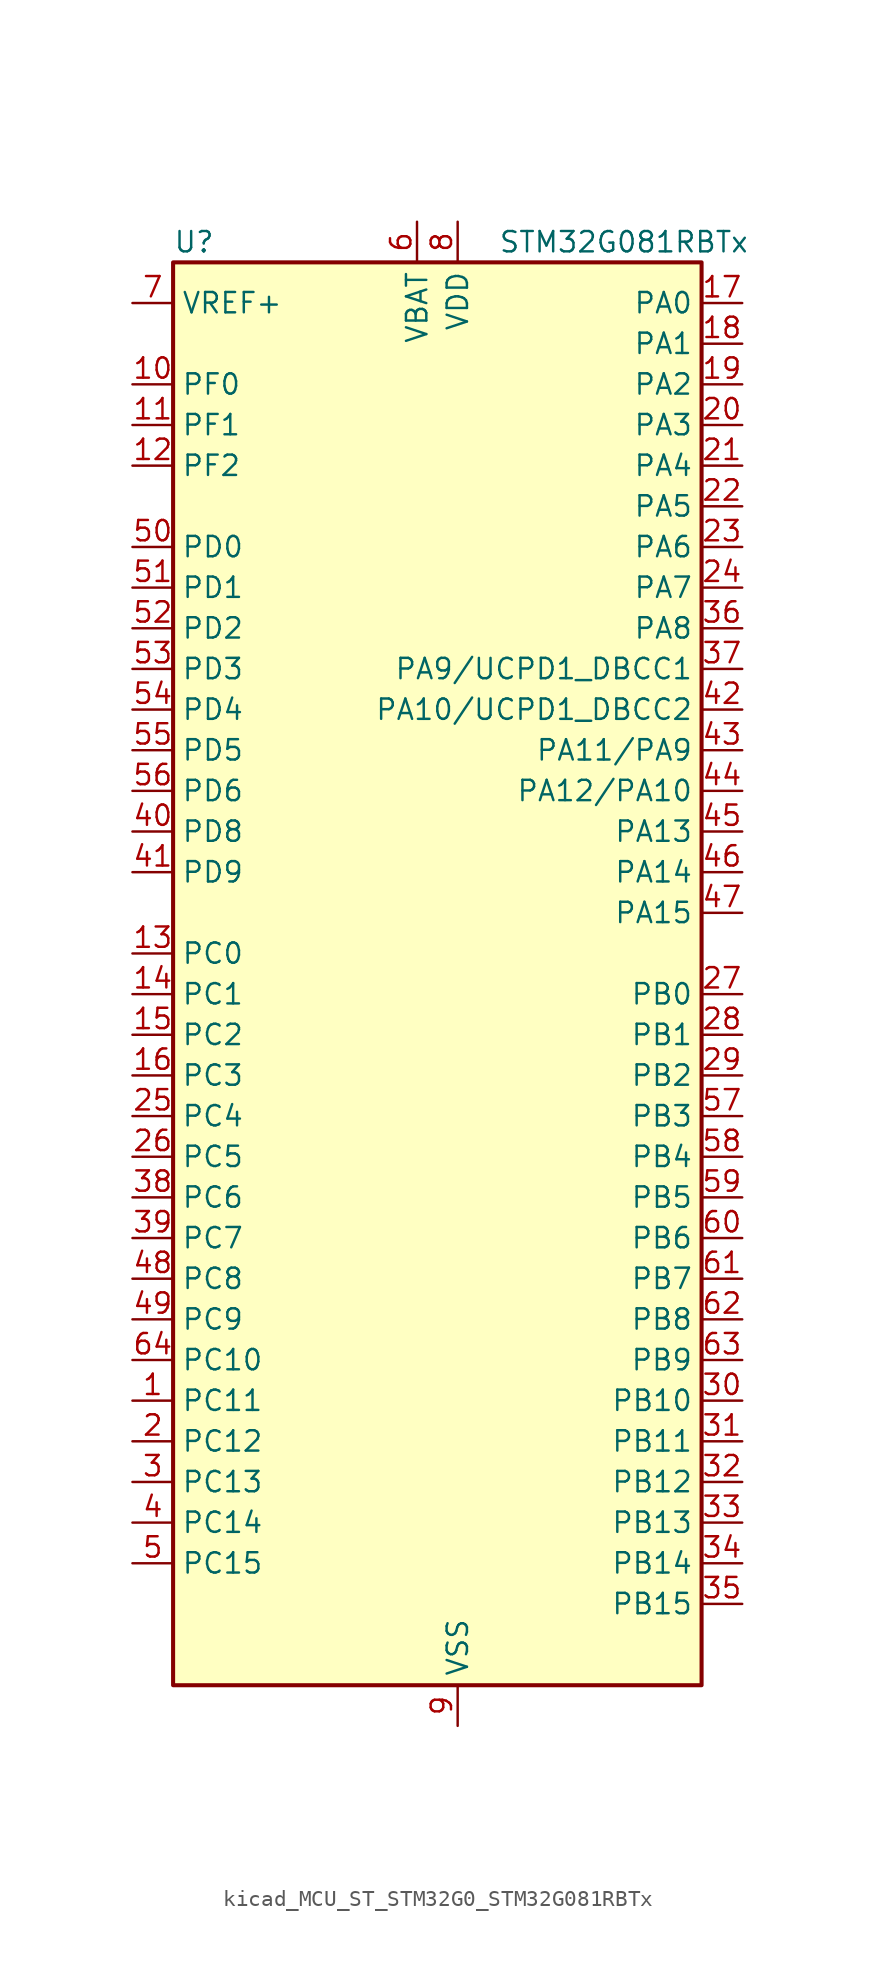
<source format=kicad_sym>
(kicad_symbol_lib
  (version 20220914)
  (generator kicad_symbol_editor)
  (symbol "kicad_MCU_ST_STM32G0_STM32G081RBTx"
    (property "Reference" "U"
      (at -15.24 46.99 0)
      (effects (font (size 1.27 1.27)) (justify left)))
    (property "Value" "STM32G081RBTx"
      (at 5.08 46.99 0)
      (effects (font (size 1.27 1.27)) (justify left)))
    (property "ki_locked" ""
      (at 0 0 0)
      (effects (font (size 1.27 1.27))))
    (symbol "kicad_MCU_ST_STM32G0_STM32G081RBTx_0_1"
      (rectangle (start -15.24 -43.18) (end 17.78 45.72) (stroke (width 0.254) (type default)) (fill (type background))))
    (symbol "kicad_MCU_ST_STM32G0_STM32G081RBTx_1_1"
      (pin bidirectional line (at -17.78 -25.4 0) (length 2.54) (name "PC11" (effects (font (size 1.27 1.27)))) (number "1" (effects (font (size 1.27 1.27)))) (alternate "ADC1_EXTI11" bidirectional line) (alternate "TIM1_CH4" bidirectional line) (alternate "USART3_RX" bidirectional line) (alternate "USART4_RX" bidirectional line))
      (pin bidirectional line (at -17.78 38.1 0) (length 2.54) (name "PF0" (effects (font (size 1.27 1.27)))) (number "10" (effects (font (size 1.27 1.27)))) (alternate "RCC_OSC_IN" bidirectional line) (alternate "TIM14_CH1" bidirectional line))
      (pin bidirectional line (at -17.78 35.56 0) (length 2.54) (name "PF1" (effects (font (size 1.27 1.27)))) (number "11" (effects (font (size 1.27 1.27)))) (alternate "RCC_OSC_EN" bidirectional line) (alternate "RCC_OSC_OUT" bidirectional line) (alternate "TIM15_CH1N" bidirectional line))
      (pin bidirectional line (at -17.78 33.02 0) (length 2.54) (name "PF2" (effects (font (size 1.27 1.27)))) (number "12" (effects (font (size 1.27 1.27)))) (alternate "RCC_MCO" bidirectional line))
      (pin bidirectional line (at -17.78 2.54 0) (length 2.54) (name "PC0" (effects (font (size 1.27 1.27)))) (number "13" (effects (font (size 1.27 1.27)))) (alternate "LPTIM1_IN1" bidirectional line) (alternate "LPTIM2_IN1" bidirectional line) (alternate "LPUART1_RX" bidirectional line))
      (pin bidirectional line (at -17.78 0 0) (length 2.54) (name "PC1" (effects (font (size 1.27 1.27)))) (number "14" (effects (font (size 1.27 1.27)))) (alternate "LPTIM1_OUT" bidirectional line) (alternate "LPUART1_TX" bidirectional line) (alternate "TIM15_CH1" bidirectional line))
      (pin bidirectional line (at -17.78 -2.54 0) (length 2.54) (name "PC2" (effects (font (size 1.27 1.27)))) (number "15" (effects (font (size 1.27 1.27)))) (alternate "LPTIM1_IN2" bidirectional line) (alternate "SPI2_MISO" bidirectional line) (alternate "TIM15_CH2" bidirectional line))
      (pin bidirectional line (at -17.78 -5.08 0) (length 2.54) (name "PC3" (effects (font (size 1.27 1.27)))) (number "16" (effects (font (size 1.27 1.27)))) (alternate "LPTIM1_ETR" bidirectional line) (alternate "LPTIM2_ETR" bidirectional line) (alternate "SPI2_MOSI" bidirectional line))
      (pin bidirectional line (at 20.32 43.18 180) (length 2.54) (name "PA0" (effects (font (size 1.27 1.27)))) (number "17" (effects (font (size 1.27 1.27)))) (alternate "ADC1_IN0" bidirectional line) (alternate "COMP1_INM" bidirectional line) (alternate "COMP1_OUT" bidirectional line) (alternate "LPTIM1_OUT" bidirectional line) (alternate "RTC_TAMP_IN2" bidirectional line) (alternate "SPI2_SCK" bidirectional line) (alternate "SYS_WKUP1" bidirectional line) (alternate "TIM2_CH1" bidirectional line) (alternate "TIM2_ETR" bidirectional line) (alternate "UCPD2_FRSTX1" bidirectional line) (alternate "UCPD2_FRSTX2" bidirectional line) (alternate "USART2_CTS" bidirectional line) (alternate "USART2_NSS" bidirectional line) (alternate "USART4_TX" bidirectional line))
      (pin bidirectional line (at 20.32 40.64 180) (length 2.54) (name "PA1" (effects (font (size 1.27 1.27)))) (number "18" (effects (font (size 1.27 1.27)))) (alternate "ADC1_IN1" bidirectional line) (alternate "COMP1_INP" bidirectional line) (alternate "I2C1_SMBA" bidirectional line) (alternate "I2S1_CK" bidirectional line) (alternate "SPI1_SCK" bidirectional line) (alternate "TIM15_CH1N" bidirectional line) (alternate "TIM2_CH2" bidirectional line) (alternate "USART2_CK" bidirectional line) (alternate "USART2_DE" bidirectional line) (alternate "USART2_RTS" bidirectional line) (alternate "USART4_RX" bidirectional line))
      (pin bidirectional line (at 20.32 38.1 180) (length 2.54) (name "PA2" (effects (font (size 1.27 1.27)))) (number "19" (effects (font (size 1.27 1.27)))) (alternate "ADC1_IN2" bidirectional line) (alternate "COMP2_INM" bidirectional line) (alternate "COMP2_OUT" bidirectional line) (alternate "I2S1_SD" bidirectional line) (alternate "LPUART1_TX" bidirectional line) (alternate "RCC_LSCO" bidirectional line) (alternate "SPI1_MOSI" bidirectional line) (alternate "SYS_WKUP4" bidirectional line) (alternate "TIM15_CH1" bidirectional line) (alternate "TIM2_CH3" bidirectional line) (alternate "UCPD1_FRSTX1" bidirectional line) (alternate "UCPD1_FRSTX2" bidirectional line) (alternate "USART2_TX" bidirectional line))
      (pin bidirectional line (at -17.78 -27.94 0) (length 2.54) (name "PC12" (effects (font (size 1.27 1.27)))) (number "2" (effects (font (size 1.27 1.27)))) (alternate "LPTIM1_IN1" bidirectional line) (alternate "TIM14_CH1" bidirectional line) (alternate "UCPD1_FRSTX1" bidirectional line) (alternate "UCPD1_FRSTX2" bidirectional line))
      (pin bidirectional line (at 20.32 35.56 180) (length 2.54) (name "PA3" (effects (font (size 1.27 1.27)))) (number "20" (effects (font (size 1.27 1.27)))) (alternate "ADC1_IN3" bidirectional line) (alternate "COMP2_INP" bidirectional line) (alternate "LPUART1_RX" bidirectional line) (alternate "SPI2_MISO" bidirectional line) (alternate "TIM15_CH2" bidirectional line) (alternate "TIM2_CH4" bidirectional line) (alternate "UCPD2_FRSTX1" bidirectional line) (alternate "UCPD2_FRSTX2" bidirectional line) (alternate "USART2_RX" bidirectional line))
      (pin bidirectional line (at 20.32 33.02 180) (length 2.54) (name "PA4" (effects (font (size 1.27 1.27)))) (number "21" (effects (font (size 1.27 1.27)))) (alternate "ADC1_IN4" bidirectional line) (alternate "DAC1_OUT1" bidirectional line) (alternate "I2S1_WS" bidirectional line) (alternate "LPTIM2_OUT" bidirectional line) (alternate "RTC_OUT_ALARM" bidirectional line) (alternate "RTC_OUT_CALIB" bidirectional line) (alternate "SPI1_NSS" bidirectional line) (alternate "SPI2_MOSI" bidirectional line) (alternate "TIM14_CH1" bidirectional line) (alternate "UCPD2_FRSTX1" bidirectional line) (alternate "UCPD2_FRSTX2" bidirectional line))
      (pin bidirectional line (at 20.32 30.48 180) (length 2.54) (name "PA5" (effects (font (size 1.27 1.27)))) (number "22" (effects (font (size 1.27 1.27)))) (alternate "ADC1_IN5" bidirectional line) (alternate "CEC" bidirectional line) (alternate "DAC1_OUT2" bidirectional line) (alternate "I2S1_CK" bidirectional line) (alternate "LPTIM2_ETR" bidirectional line) (alternate "SPI1_SCK" bidirectional line) (alternate "TIM2_CH1" bidirectional line) (alternate "TIM2_ETR" bidirectional line) (alternate "UCPD1_FRSTX1" bidirectional line) (alternate "UCPD1_FRSTX2" bidirectional line) (alternate "USART3_TX" bidirectional line))
      (pin bidirectional line (at 20.32 27.94 180) (length 2.54) (name "PA6" (effects (font (size 1.27 1.27)))) (number "23" (effects (font (size 1.27 1.27)))) (alternate "ADC1_IN6" bidirectional line) (alternate "COMP1_OUT" bidirectional line) (alternate "I2S1_MCK" bidirectional line) (alternate "LPUART1_CTS" bidirectional line) (alternate "SPI1_MISO" bidirectional line) (alternate "TIM16_CH1" bidirectional line) (alternate "TIM1_BK" bidirectional line) (alternate "TIM3_CH1" bidirectional line) (alternate "USART3_CTS" bidirectional line) (alternate "USART3_NSS" bidirectional line))
      (pin bidirectional line (at 20.32 25.4 180) (length 2.54) (name "PA7" (effects (font (size 1.27 1.27)))) (number "24" (effects (font (size 1.27 1.27)))) (alternate "ADC1_IN7" bidirectional line) (alternate "COMP2_OUT" bidirectional line) (alternate "I2S1_SD" bidirectional line) (alternate "SPI1_MOSI" bidirectional line) (alternate "TIM14_CH1" bidirectional line) (alternate "TIM17_CH1" bidirectional line) (alternate "TIM1_CH1N" bidirectional line) (alternate "TIM3_CH2" bidirectional line) (alternate "UCPD1_FRSTX1" bidirectional line) (alternate "UCPD1_FRSTX2" bidirectional line))
      (pin bidirectional line (at -17.78 -7.62 0) (length 2.54) (name "PC4" (effects (font (size 1.27 1.27)))) (number "25" (effects (font (size 1.27 1.27)))) (alternate "ADC1_IN17" bidirectional line) (alternate "COMP1_INM" bidirectional line) (alternate "TIM2_CH1" bidirectional line) (alternate "TIM2_ETR" bidirectional line) (alternate "USART1_TX" bidirectional line) (alternate "USART3_TX" bidirectional line))
      (pin bidirectional line (at -17.78 -10.16 0) (length 2.54) (name "PC5" (effects (font (size 1.27 1.27)))) (number "26" (effects (font (size 1.27 1.27)))) (alternate "ADC1_IN18" bidirectional line) (alternate "COMP1_INP" bidirectional line) (alternate "SYS_WKUP5" bidirectional line) (alternate "TIM2_CH2" bidirectional line) (alternate "USART1_RX" bidirectional line) (alternate "USART3_RX" bidirectional line))
      (pin bidirectional line (at 20.32 0 180) (length 2.54) (name "PB0" (effects (font (size 1.27 1.27)))) (number "27" (effects (font (size 1.27 1.27)))) (alternate "ADC1_IN8" bidirectional line) (alternate "COMP1_OUT" bidirectional line) (alternate "I2S1_WS" bidirectional line) (alternate "LPTIM1_OUT" bidirectional line) (alternate "SPI1_NSS" bidirectional line) (alternate "TIM1_CH2N" bidirectional line) (alternate "TIM3_CH3" bidirectional line) (alternate "UCPD1_FRSTX1" bidirectional line) (alternate "UCPD1_FRSTX2" bidirectional line) (alternate "USART3_RX" bidirectional line))
      (pin bidirectional line (at 20.32 -2.54 180) (length 2.54) (name "PB1" (effects (font (size 1.27 1.27)))) (number "28" (effects (font (size 1.27 1.27)))) (alternate "ADC1_IN9" bidirectional line) (alternate "COMP1_INM" bidirectional line) (alternate "LPTIM2_IN1" bidirectional line) (alternate "LPUART1_DE" bidirectional line) (alternate "LPUART1_RTS" bidirectional line) (alternate "TIM14_CH1" bidirectional line) (alternate "TIM1_CH3N" bidirectional line) (alternate "TIM3_CH4" bidirectional line) (alternate "USART3_CK" bidirectional line) (alternate "USART3_DE" bidirectional line) (alternate "USART3_RTS" bidirectional line))
      (pin bidirectional line (at 20.32 -5.08 180) (length 2.54) (name "PB2" (effects (font (size 1.27 1.27)))) (number "29" (effects (font (size 1.27 1.27)))) (alternate "ADC1_IN10" bidirectional line) (alternate "COMP1_INP" bidirectional line) (alternate "LPTIM1_OUT" bidirectional line) (alternate "SPI2_MISO" bidirectional line) (alternate "USART3_TX" bidirectional line))
      (pin bidirectional line (at -17.78 -30.48 0) (length 2.54) (name "PC13" (effects (font (size 1.27 1.27)))) (number "3" (effects (font (size 1.27 1.27)))) (alternate "RTC_OUT_ALARM" bidirectional line) (alternate "RTC_OUT_CALIB" bidirectional line) (alternate "RTC_TAMP_IN1" bidirectional line) (alternate "RTC_TS" bidirectional line) (alternate "SYS_WKUP2" bidirectional line) (alternate "TIM1_BK" bidirectional line))
      (pin bidirectional line (at 20.32 -25.4 180) (length 2.54) (name "PB10" (effects (font (size 1.27 1.27)))) (number "30" (effects (font (size 1.27 1.27)))) (alternate "ADC1_IN11" bidirectional line) (alternate "CEC" bidirectional line) (alternate "COMP1_OUT" bidirectional line) (alternate "I2C2_SCL" bidirectional line) (alternate "LPUART1_RX" bidirectional line) (alternate "SPI2_SCK" bidirectional line) (alternate "TIM2_CH3" bidirectional line) (alternate "USART3_TX" bidirectional line))
      (pin bidirectional line (at 20.32 -27.94 180) (length 2.54) (name "PB11" (effects (font (size 1.27 1.27)))) (number "31" (effects (font (size 1.27 1.27)))) (alternate "ADC1_EXTI11" bidirectional line) (alternate "ADC1_IN15" bidirectional line) (alternate "COMP2_OUT" bidirectional line) (alternate "I2C2_SDA" bidirectional line) (alternate "LPUART1_TX" bidirectional line) (alternate "SPI2_MOSI" bidirectional line) (alternate "TIM2_CH4" bidirectional line) (alternate "USART3_RX" bidirectional line))
      (pin bidirectional line (at 20.32 -30.48 180) (length 2.54) (name "PB12" (effects (font (size 1.27 1.27)))) (number "32" (effects (font (size 1.27 1.27)))) (alternate "ADC1_IN16" bidirectional line) (alternate "LPUART1_DE" bidirectional line) (alternate "LPUART1_RTS" bidirectional line) (alternate "SPI2_NSS" bidirectional line) (alternate "TIM15_BK" bidirectional line) (alternate "TIM1_BK" bidirectional line) (alternate "UCPD2_FRSTX1" bidirectional line) (alternate "UCPD2_FRSTX2" bidirectional line))
      (pin bidirectional line (at 20.32 -33.02 180) (length 2.54) (name "PB13" (effects (font (size 1.27 1.27)))) (number "33" (effects (font (size 1.27 1.27)))) (alternate "I2C2_SCL" bidirectional line) (alternate "LPUART1_CTS" bidirectional line) (alternate "SPI2_SCK" bidirectional line) (alternate "TIM15_CH1N" bidirectional line) (alternate "TIM1_CH1N" bidirectional line) (alternate "USART3_CTS" bidirectional line) (alternate "USART3_NSS" bidirectional line))
      (pin bidirectional line (at 20.32 -35.56 180) (length 2.54) (name "PB14" (effects (font (size 1.27 1.27)))) (number "34" (effects (font (size 1.27 1.27)))) (alternate "I2C2_SDA" bidirectional line) (alternate "SPI2_MISO" bidirectional line) (alternate "TIM15_CH1" bidirectional line) (alternate "TIM1_CH2N" bidirectional line) (alternate "UCPD1_FRSTX1" bidirectional line) (alternate "UCPD1_FRSTX2" bidirectional line) (alternate "USART3_CK" bidirectional line) (alternate "USART3_DE" bidirectional line) (alternate "USART3_RTS" bidirectional line))
      (pin bidirectional line (at 20.32 -38.1 180) (length 2.54) (name "PB15" (effects (font (size 1.27 1.27)))) (number "35" (effects (font (size 1.27 1.27)))) (alternate "RTC_REFIN" bidirectional line) (alternate "SPI2_MOSI" bidirectional line) (alternate "TIM15_CH1N" bidirectional line) (alternate "TIM15_CH2" bidirectional line) (alternate "TIM1_CH3N" bidirectional line) (alternate "UCPD1_CC2" bidirectional line))
      (pin bidirectional line (at 20.32 22.86 180) (length 2.54) (name "PA8" (effects (font (size 1.27 1.27)))) (number "36" (effects (font (size 1.27 1.27)))) (alternate "LPTIM2_OUT" bidirectional line) (alternate "RCC_MCO" bidirectional line) (alternate "SPI2_NSS" bidirectional line) (alternate "TIM1_CH1" bidirectional line) (alternate "UCPD1_CC1" bidirectional line))
      (pin bidirectional line (at 20.32 20.32 180) (length 2.54) (name "PA9/UCPD1_DBCC1" (effects (font (size 1.27 1.27)))) (number "37" (effects (font (size 1.27 1.27)))) (alternate "DAC1_EXTI9" bidirectional line) (alternate "I2C1_SCL" bidirectional line) (alternate "RCC_MCO" bidirectional line) (alternate "SPI2_MISO" bidirectional line) (alternate "TIM15_BK" bidirectional line) (alternate "TIM1_CH2" bidirectional line) (alternate "UCPD1_DBCC1" bidirectional line) (alternate "USART1_TX" bidirectional line))
      (pin bidirectional line (at -17.78 -12.7 0) (length 2.54) (name "PC6" (effects (font (size 1.27 1.27)))) (number "38" (effects (font (size 1.27 1.27)))) (alternate "TIM2_CH3" bidirectional line) (alternate "TIM3_CH1" bidirectional line) (alternate "UCPD1_FRSTX1" bidirectional line) (alternate "UCPD1_FRSTX2" bidirectional line))
      (pin bidirectional line (at -17.78 -15.24 0) (length 2.54) (name "PC7" (effects (font (size 1.27 1.27)))) (number "39" (effects (font (size 1.27 1.27)))) (alternate "TIM2_CH4" bidirectional line) (alternate "TIM3_CH2" bidirectional line) (alternate "UCPD2_FRSTX1" bidirectional line) (alternate "UCPD2_FRSTX2" bidirectional line))
      (pin bidirectional line (at -17.78 -33.02 0) (length 2.54) (name "PC14" (effects (font (size 1.27 1.27)))) (number "4" (effects (font (size 1.27 1.27)))) (alternate "RCC_OSC32_IN" bidirectional line) (alternate "TIM1_BK2" bidirectional line))
      (pin bidirectional line (at -17.78 10.16 0) (length 2.54) (name "PD8" (effects (font (size 1.27 1.27)))) (number "40" (effects (font (size 1.27 1.27)))) (alternate "I2S1_CK" bidirectional line) (alternate "LPTIM1_OUT" bidirectional line) (alternate "SPI1_SCK" bidirectional line) (alternate "USART3_TX" bidirectional line))
      (pin bidirectional line (at -17.78 7.62 0) (length 2.54) (name "PD9" (effects (font (size 1.27 1.27)))) (number "41" (effects (font (size 1.27 1.27)))) (alternate "DAC1_EXTI9" bidirectional line) (alternate "I2S1_WS" bidirectional line) (alternate "SPI1_NSS" bidirectional line) (alternate "TIM1_BK2" bidirectional line) (alternate "USART3_RX" bidirectional line))
      (pin bidirectional line (at 20.32 17.78 180) (length 2.54) (name "PA10/UCPD1_DBCC2" (effects (font (size 1.27 1.27)))) (number "42" (effects (font (size 1.27 1.27)))) (alternate "I2C1_SDA" bidirectional line) (alternate "SPI2_MOSI" bidirectional line) (alternate "TIM17_BK" bidirectional line) (alternate "TIM1_CH3" bidirectional line) (alternate "UCPD1_DBCC2" bidirectional line) (alternate "USART1_RX" bidirectional line))
      (pin bidirectional line (at 20.32 15.24 180) (length 2.54) (name "PA11/PA9" (effects (font (size 1.27 1.27)))) (number "43" (effects (font (size 1.27 1.27)))) (alternate "ADC1_EXTI11" bidirectional line) (alternate "COMP1_OUT" bidirectional line) (alternate "I2C2_SCL" bidirectional line) (alternate "I2S1_MCK" bidirectional line) (alternate "SPI1_MISO" bidirectional line) (alternate "TIM1_BK2" bidirectional line) (alternate "TIM1_CH4" bidirectional line) (alternate "USART1_CTS" bidirectional line) (alternate "USART1_NSS" bidirectional line))
      (pin bidirectional line (at 20.32 12.7 180) (length 2.54) (name "PA12/PA10" (effects (font (size 1.27 1.27)))) (number "44" (effects (font (size 1.27 1.27)))) (alternate "COMP2_OUT" bidirectional line) (alternate "I2C2_SDA" bidirectional line) (alternate "I2S1_SD" bidirectional line) (alternate "I2S_CKIN" bidirectional line) (alternate "SPI1_MOSI" bidirectional line) (alternate "TIM1_ETR" bidirectional line) (alternate "USART1_CK" bidirectional line) (alternate "USART1_DE" bidirectional line) (alternate "USART1_RTS" bidirectional line))
      (pin bidirectional line (at 20.32 10.16 180) (length 2.54) (name "PA13" (effects (font (size 1.27 1.27)))) (number "45" (effects (font (size 1.27 1.27)))) (alternate "IR_OUT" bidirectional line) (alternate "SYS_SWDIO" bidirectional line))
      (pin bidirectional line (at 20.32 7.62 180) (length 2.54) (name "PA14" (effects (font (size 1.27 1.27)))) (number "46" (effects (font (size 1.27 1.27)))) (alternate "SYS_SWCLK" bidirectional line) (alternate "USART2_TX" bidirectional line))
      (pin bidirectional line (at 20.32 5.08 180) (length 2.54) (name "PA15" (effects (font (size 1.27 1.27)))) (number "47" (effects (font (size 1.27 1.27)))) (alternate "I2S1_WS" bidirectional line) (alternate "SPI1_NSS" bidirectional line) (alternate "TIM2_CH1" bidirectional line) (alternate "TIM2_ETR" bidirectional line) (alternate "USART2_RX" bidirectional line) (alternate "USART3_CK" bidirectional line) (alternate "USART3_DE" bidirectional line) (alternate "USART3_RTS" bidirectional line) (alternate "USART4_CK" bidirectional line) (alternate "USART4_DE" bidirectional line) (alternate "USART4_RTS" bidirectional line))
      (pin bidirectional line (at -17.78 -17.78 0) (length 2.54) (name "PC8" (effects (font (size 1.27 1.27)))) (number "48" (effects (font (size 1.27 1.27)))) (alternate "TIM1_CH1" bidirectional line) (alternate "TIM3_CH3" bidirectional line) (alternate "UCPD2_FRSTX1" bidirectional line) (alternate "UCPD2_FRSTX2" bidirectional line))
      (pin bidirectional line (at -17.78 -20.32 0) (length 2.54) (name "PC9" (effects (font (size 1.27 1.27)))) (number "49" (effects (font (size 1.27 1.27)))) (alternate "DAC1_EXTI9" bidirectional line) (alternate "I2S_CKIN" bidirectional line) (alternate "TIM1_CH2" bidirectional line) (alternate "TIM3_CH4" bidirectional line))
      (pin bidirectional line (at -17.78 -35.56 0) (length 2.54) (name "PC15" (effects (font (size 1.27 1.27)))) (number "5" (effects (font (size 1.27 1.27)))) (alternate "RCC_OSC32_EN" bidirectional line) (alternate "RCC_OSC32_OUT" bidirectional line) (alternate "RCC_OSC_EN" bidirectional line) (alternate "TIM15_BK" bidirectional line))
      (pin bidirectional line (at -17.78 27.94 0) (length 2.54) (name "PD0" (effects (font (size 1.27 1.27)))) (number "50" (effects (font (size 1.27 1.27)))) (alternate "SPI2_NSS" bidirectional line) (alternate "TIM16_CH1" bidirectional line) (alternate "UCPD2_CC1" bidirectional line))
      (pin bidirectional line (at -17.78 25.4 0) (length 2.54) (name "PD1" (effects (font (size 1.27 1.27)))) (number "51" (effects (font (size 1.27 1.27)))) (alternate "SPI2_SCK" bidirectional line) (alternate "TIM17_CH1" bidirectional line) (alternate "UCPD2_DBCC1" bidirectional line))
      (pin bidirectional line (at -17.78 22.86 0) (length 2.54) (name "PD2" (effects (font (size 1.27 1.27)))) (number "52" (effects (font (size 1.27 1.27)))) (alternate "TIM1_CH1N" bidirectional line) (alternate "TIM3_ETR" bidirectional line) (alternate "UCPD2_CC2" bidirectional line) (alternate "USART3_CK" bidirectional line) (alternate "USART3_DE" bidirectional line) (alternate "USART3_RTS" bidirectional line))
      (pin bidirectional line (at -17.78 20.32 0) (length 2.54) (name "PD3" (effects (font (size 1.27 1.27)))) (number "53" (effects (font (size 1.27 1.27)))) (alternate "SPI2_MISO" bidirectional line) (alternate "TIM1_CH2N" bidirectional line) (alternate "UCPD2_DBCC2" bidirectional line) (alternate "USART2_CTS" bidirectional line) (alternate "USART2_NSS" bidirectional line))
      (pin bidirectional line (at -17.78 17.78 0) (length 2.54) (name "PD4" (effects (font (size 1.27 1.27)))) (number "54" (effects (font (size 1.27 1.27)))) (alternate "SPI2_MOSI" bidirectional line) (alternate "TIM1_CH3N" bidirectional line) (alternate "USART2_CK" bidirectional line) (alternate "USART2_DE" bidirectional line) (alternate "USART2_RTS" bidirectional line))
      (pin bidirectional line (at -17.78 15.24 0) (length 2.54) (name "PD5" (effects (font (size 1.27 1.27)))) (number "55" (effects (font (size 1.27 1.27)))) (alternate "I2S1_MCK" bidirectional line) (alternate "SPI1_MISO" bidirectional line) (alternate "TIM1_BK" bidirectional line) (alternate "USART2_TX" bidirectional line))
      (pin bidirectional line (at -17.78 12.7 0) (length 2.54) (name "PD6" (effects (font (size 1.27 1.27)))) (number "56" (effects (font (size 1.27 1.27)))) (alternate "I2S1_SD" bidirectional line) (alternate "LPTIM2_OUT" bidirectional line) (alternate "SPI1_MOSI" bidirectional line) (alternate "USART2_RX" bidirectional line))
      (pin bidirectional line (at 20.32 -7.62 180) (length 2.54) (name "PB3" (effects (font (size 1.27 1.27)))) (number "57" (effects (font (size 1.27 1.27)))) (alternate "COMP2_INM" bidirectional line) (alternate "I2S1_CK" bidirectional line) (alternate "SPI1_SCK" bidirectional line) (alternate "TIM1_CH2" bidirectional line) (alternate "TIM2_CH2" bidirectional line) (alternate "USART1_CK" bidirectional line) (alternate "USART1_DE" bidirectional line) (alternate "USART1_RTS" bidirectional line))
      (pin bidirectional line (at 20.32 -10.16 180) (length 2.54) (name "PB4" (effects (font (size 1.27 1.27)))) (number "58" (effects (font (size 1.27 1.27)))) (alternate "COMP2_INP" bidirectional line) (alternate "I2S1_MCK" bidirectional line) (alternate "SPI1_MISO" bidirectional line) (alternate "TIM17_BK" bidirectional line) (alternate "TIM3_CH1" bidirectional line) (alternate "USART1_CTS" bidirectional line) (alternate "USART1_NSS" bidirectional line))
      (pin bidirectional line (at 20.32 -12.7 180) (length 2.54) (name "PB5" (effects (font (size 1.27 1.27)))) (number "59" (effects (font (size 1.27 1.27)))) (alternate "COMP2_OUT" bidirectional line) (alternate "I2C1_SMBA" bidirectional line) (alternate "I2S1_SD" bidirectional line) (alternate "LPTIM1_IN1" bidirectional line) (alternate "SPI1_MOSI" bidirectional line) (alternate "SYS_WKUP6" bidirectional line) (alternate "TIM16_BK" bidirectional line) (alternate "TIM3_CH2" bidirectional line))
      (pin power_in line (at 0 48.26 270) (length 2.54) (name "VBAT" (effects (font (size 1.27 1.27)))) (number "6" (effects (font (size 1.27 1.27)))))
      (pin bidirectional line (at 20.32 -15.24 180) (length 2.54) (name "PB6" (effects (font (size 1.27 1.27)))) (number "60" (effects (font (size 1.27 1.27)))) (alternate "COMP2_INP" bidirectional line) (alternate "I2C1_SCL" bidirectional line) (alternate "LPTIM1_ETR" bidirectional line) (alternate "SPI2_MISO" bidirectional line) (alternate "TIM16_CH1N" bidirectional line) (alternate "TIM1_CH3" bidirectional line) (alternate "USART1_TX" bidirectional line))
      (pin bidirectional line (at 20.32 -17.78 180) (length 2.54) (name "PB7" (effects (font (size 1.27 1.27)))) (number "61" (effects (font (size 1.27 1.27)))) (alternate "COMP2_INM" bidirectional line) (alternate "I2C1_SDA" bidirectional line) (alternate "LPTIM1_IN2" bidirectional line) (alternate "SPI2_MOSI" bidirectional line) (alternate "SYS_PVD_IN" bidirectional line) (alternate "TIM17_CH1N" bidirectional line) (alternate "USART1_RX" bidirectional line) (alternate "USART4_CTS" bidirectional line) (alternate "USART4_NSS" bidirectional line))
      (pin bidirectional line (at 20.32 -20.32 180) (length 2.54) (name "PB8" (effects (font (size 1.27 1.27)))) (number "62" (effects (font (size 1.27 1.27)))) (alternate "CEC" bidirectional line) (alternate "I2C1_SCL" bidirectional line) (alternate "SPI2_SCK" bidirectional line) (alternate "TIM15_BK" bidirectional line) (alternate "TIM16_CH1" bidirectional line) (alternate "USART3_TX" bidirectional line))
      (pin bidirectional line (at 20.32 -22.86 180) (length 2.54) (name "PB9" (effects (font (size 1.27 1.27)))) (number "63" (effects (font (size 1.27 1.27)))) (alternate "DAC1_EXTI9" bidirectional line) (alternate "I2C1_SDA" bidirectional line) (alternate "IR_OUT" bidirectional line) (alternate "SPI2_NSS" bidirectional line) (alternate "TIM17_CH1" bidirectional line) (alternate "UCPD2_FRSTX1" bidirectional line) (alternate "UCPD2_FRSTX2" bidirectional line) (alternate "USART3_RX" bidirectional line))
      (pin bidirectional line (at -17.78 -22.86 0) (length 2.54) (name "PC10" (effects (font (size 1.27 1.27)))) (number "64" (effects (font (size 1.27 1.27)))) (alternate "TIM1_CH3" bidirectional line) (alternate "USART3_TX" bidirectional line) (alternate "USART4_TX" bidirectional line))
      (pin input line (at -17.78 43.18 0) (length 2.54) (name "VREF+" (effects (font (size 1.27 1.27)))) (number "7" (effects (font (size 1.27 1.27)))) (alternate "VREFBUF_OUT" bidirectional line))
      (pin power_in line (at 2.54 48.26 270) (length 2.54) (name "VDD" (effects (font (size 1.27 1.27)))) (number "8" (effects (font (size 1.27 1.27)))))
      (pin power_in line (at 2.54 -45.72 90) (length 2.54) (name "VSS" (effects (font (size 1.27 1.27)))) (number "9" (effects (font (size 1.27 1.27))))))))
</source>
